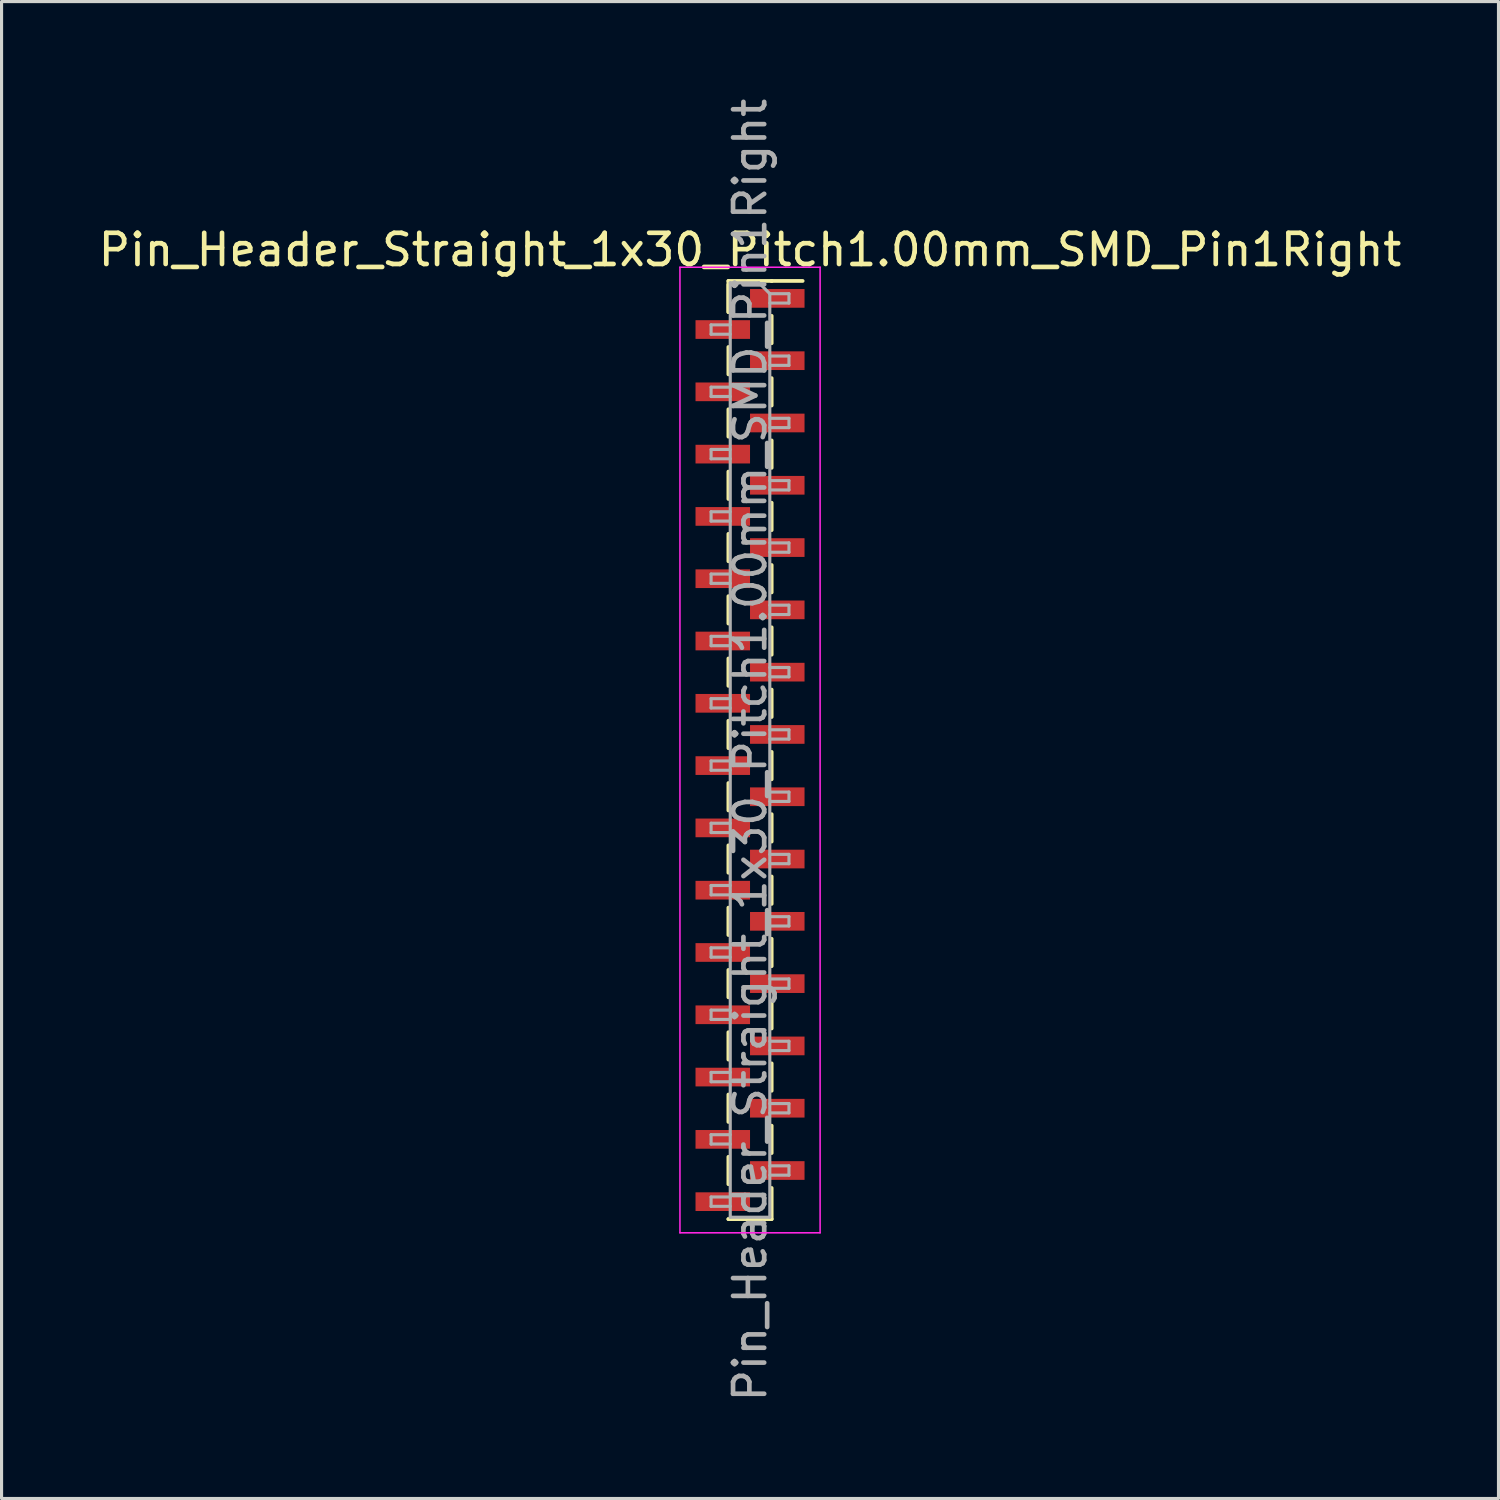
<source format=kicad_pcb>
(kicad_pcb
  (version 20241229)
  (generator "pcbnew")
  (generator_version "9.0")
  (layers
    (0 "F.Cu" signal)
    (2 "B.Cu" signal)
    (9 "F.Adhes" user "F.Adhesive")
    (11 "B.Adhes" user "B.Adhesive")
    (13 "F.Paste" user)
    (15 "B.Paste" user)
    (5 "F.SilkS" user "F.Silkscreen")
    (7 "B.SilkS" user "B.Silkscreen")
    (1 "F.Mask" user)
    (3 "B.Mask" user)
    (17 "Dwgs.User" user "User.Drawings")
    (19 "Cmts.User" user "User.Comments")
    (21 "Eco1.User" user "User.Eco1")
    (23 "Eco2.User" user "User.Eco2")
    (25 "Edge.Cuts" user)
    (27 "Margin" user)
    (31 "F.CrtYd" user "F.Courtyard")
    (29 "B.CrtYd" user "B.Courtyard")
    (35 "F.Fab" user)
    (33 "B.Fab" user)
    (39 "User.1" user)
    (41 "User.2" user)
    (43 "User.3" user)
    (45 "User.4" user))
  (footprint "Pin_Header_Straight_1x30_Pitch1.00mm_SMD_Pin1Right"
    (layer "F.Cu")
    (at 21.03 21.03)
    (property "Reference" "Pin_Header_Straight_1x30_Pitch1.00mm_SMD_Pin1Right" (at 0 -16.06 0) (layer "F.SilkS") (effects (font (size 1 1) (thickness 0.15))))
    (attr smd)
    (fp_line (start -0.695 -15.06) (end -0.695 -14.06) (stroke (width 0.12) (type solid)) (layer "F.SilkS"))
    (fp_line (start -0.695 -15.06) (end 0.695 -15.06) (stroke (width 0.12) (type solid)) (layer "F.SilkS"))
    (fp_line (start -0.695 -14.94) (end -0.695 -14.06) (stroke (width 0.12) (type solid)) (layer "F.SilkS"))
    (fp_line (start -0.695 -12.94) (end -0.695 -12.06) (stroke (width 0.12) (type solid)) (layer "F.SilkS"))
    (fp_line (start -0.695 -10.94) (end -0.695 -10.06) (stroke (width 0.12) (type solid)) (layer "F.SilkS"))
    (fp_line (start -0.695 -8.94) (end -0.695 -8.06) (stroke (width 0.12) (type solid)) (layer "F.SilkS"))
    (fp_line (start -0.695 -6.94) (end -0.695 -6.06) (stroke (width 0.12) (type solid)) (layer "F.SilkS"))
    (fp_line (start -0.695 -4.94) (end -0.695 -4.06) (stroke (width 0.12) (type solid)) (layer "F.SilkS"))
    (fp_line (start -0.695 -2.94) (end -0.695 -2.06) (stroke (width 0.12) (type solid)) (layer "F.SilkS"))
    (fp_line (start -0.695 -0.94) (end -0.695 -0.06) (stroke (width 0.12) (type solid)) (layer "F.SilkS"))
    (fp_line (start -0.695 1.06) (end -0.695 1.94) (stroke (width 0.12) (type solid)) (layer "F.SilkS"))
    (fp_line (start -0.695 3.06) (end -0.695 3.94) (stroke (width 0.12) (type solid)) (layer "F.SilkS"))
    (fp_line (start -0.695 5.06) (end -0.695 5.94) (stroke (width 0.12) (type solid)) (layer "F.SilkS"))
    (fp_line (start -0.695 7.06) (end -0.695 7.94) (stroke (width 0.12) (type solid)) (layer "F.SilkS"))
    (fp_line (start -0.695 9.06) (end -0.695 9.94) (stroke (width 0.12) (type solid)) (layer "F.SilkS"))
    (fp_line (start -0.695 11.06) (end -0.695 11.94) (stroke (width 0.12) (type solid)) (layer "F.SilkS"))
    (fp_line (start -0.695 13.06) (end -0.695 13.94) (stroke (width 0.12) (type solid)) (layer "F.SilkS"))
    (fp_line (start -0.695 15.06) (end -0.695 15.06) (stroke (width 0.12) (type solid)) (layer "F.SilkS"))
    (fp_line (start -0.695 15.06) (end 0.695 15.06) (stroke (width 0.12) (type solid)) (layer "F.SilkS"))
    (fp_line (start 0.695 -15.06) (end 0.695 -15.06) (stroke (width 0.12) (type solid)) (layer "F.SilkS"))
    (fp_line (start 0.695 -15.06) (end 1.69 -15.06) (stroke (width 0.12) (type solid)) (layer "F.SilkS"))
    (fp_line (start 0.695 -13.94) (end 0.695 -13.06) (stroke (width 0.12) (type solid)) (layer "F.SilkS"))
    (fp_line (start 0.695 -11.94) (end 0.695 -11.06) (stroke (width 0.12) (type solid)) (layer "F.SilkS"))
    (fp_line (start 0.695 -9.94) (end 0.695 -9.06) (stroke (width 0.12) (type solid)) (layer "F.SilkS"))
    (fp_line (start 0.695 -7.94) (end 0.695 -7.06) (stroke (width 0.12) (type solid)) (layer "F.SilkS"))
    (fp_line (start 0.695 -5.94) (end 0.695 -5.06) (stroke (width 0.12) (type solid)) (layer "F.SilkS"))
    (fp_line (start 0.695 -3.94) (end 0.695 -3.06) (stroke (width 0.12) (type solid)) (layer "F.SilkS"))
    (fp_line (start 0.695 -1.94) (end 0.695 -1.06) (stroke (width 0.12) (type solid)) (layer "F.SilkS"))
    (fp_line (start 0.695 0.06) (end 0.695 0.94) (stroke (width 0.12) (type solid)) (layer "F.SilkS"))
    (fp_line (start 0.695 2.06) (end 0.695 2.94) (stroke (width 0.12) (type solid)) (layer "F.SilkS"))
    (fp_line (start 0.695 4.06) (end 0.695 4.94) (stroke (width 0.12) (type solid)) (layer "F.SilkS"))
    (fp_line (start 0.695 6.06) (end 0.695 6.94) (stroke (width 0.12) (type solid)) (layer "F.SilkS"))
    (fp_line (start 0.695 8.06) (end 0.695 8.94) (stroke (width 0.12) (type solid)) (layer "F.SilkS"))
    (fp_line (start 0.695 10.06) (end 0.695 10.94) (stroke (width 0.12) (type solid)) (layer "F.SilkS"))
    (fp_line (start 0.695 12.06) (end 0.695 12.94) (stroke (width 0.12) (type solid)) (layer "F.SilkS"))
    (fp_line (start 0.695 14.06) (end 0.695 15.06) (stroke (width 0.12) (type solid)) (layer "F.SilkS"))
    (fp_line (start -2.25 -15.5) (end -2.25 15.5) (stroke (width 0.05) (type solid)) (layer "F.CrtYd"))
    (fp_line (start -2.25 15.5) (end 2.25 15.5) (stroke (width 0.05) (type solid)) (layer "F.CrtYd"))
    (fp_line (start 2.25 -15.5) (end -2.25 -15.5) (stroke (width 0.05) (type solid)) (layer "F.CrtYd"))
    (fp_line (start 2.25 15.5) (end 2.25 -15.5) (stroke (width 0.05) (type solid)) (layer "F.CrtYd"))
    (fp_line (start -1.25 -13.65) (end -1.25 -13.35) (stroke (width 0.1) (type solid)) (layer "F.Fab"))
    (fp_line (start -1.25 -13.35) (end -0.635 -13.35) (stroke (width 0.1) (type solid)) (layer "F.Fab"))
    (fp_line (start -1.25 -11.65) (end -1.25 -11.35) (stroke (width 0.1) (type solid)) (layer "F.Fab"))
    (fp_line (start -1.25 -11.35) (end -0.635 -11.35) (stroke (width 0.1) (type solid)) (layer "F.Fab"))
    (fp_line (start -1.25 -9.65) (end -1.25 -9.35) (stroke (width 0.1) (type solid)) (layer "F.Fab"))
    (fp_line (start -1.25 -9.35) (end -0.635 -9.35) (stroke (width 0.1) (type solid)) (layer "F.Fab"))
    (fp_line (start -1.25 -7.65) (end -1.25 -7.35) (stroke (width 0.1) (type solid)) (layer "F.Fab"))
    (fp_line (start -1.25 -7.35) (end -0.635 -7.35) (stroke (width 0.1) (type solid)) (layer "F.Fab"))
    (fp_line (start -1.25 -5.65) (end -1.25 -5.35) (stroke (width 0.1) (type solid)) (layer "F.Fab"))
    (fp_line (start -1.25 -5.35) (end -0.635 -5.35) (stroke (width 0.1) (type solid)) (layer "F.Fab"))
    (fp_line (start -1.25 -3.65) (end -1.25 -3.35) (stroke (width 0.1) (type solid)) (layer "F.Fab"))
    (fp_line (start -1.25 -3.35) (end -0.635 -3.35) (stroke (width 0.1) (type solid)) (layer "F.Fab"))
    (fp_line (start -1.25 -1.65) (end -1.25 -1.35) (stroke (width 0.1) (type solid)) (layer "F.Fab"))
    (fp_line (start -1.25 -1.35) (end -0.635 -1.35) (stroke (width 0.1) (type solid)) (layer "F.Fab"))
    (fp_line (start -1.25 0.35) (end -1.25 0.65) (stroke (width 0.1) (type solid)) (layer "F.Fab"))
    (fp_line (start -1.25 0.65) (end -0.635 0.65) (stroke (width 0.1) (type solid)) (layer "F.Fab"))
    (fp_line (start -1.25 2.35) (end -1.25 2.65) (stroke (width 0.1) (type solid)) (layer "F.Fab"))
    (fp_line (start -1.25 2.65) (end -0.635 2.65) (stroke (width 0.1) (type solid)) (layer "F.Fab"))
    (fp_line (start -1.25 4.35) (end -1.25 4.65) (stroke (width 0.1) (type solid)) (layer "F.Fab"))
    (fp_line (start -1.25 4.65) (end -0.635 4.65) (stroke (width 0.1) (type solid)) (layer "F.Fab"))
    (fp_line (start -1.25 6.35) (end -1.25 6.65) (stroke (width 0.1) (type solid)) (layer "F.Fab"))
    (fp_line (start -1.25 6.65) (end -0.635 6.65) (stroke (width 0.1) (type solid)) (layer "F.Fab"))
    (fp_line (start -1.25 8.35) (end -1.25 8.65) (stroke (width 0.1) (type solid)) (layer "F.Fab"))
    (fp_line (start -1.25 8.65) (end -0.635 8.65) (stroke (width 0.1) (type solid)) (layer "F.Fab"))
    (fp_line (start -1.25 10.35) (end -1.25 10.65) (stroke (width 0.1) (type solid)) (layer "F.Fab"))
    (fp_line (start -1.25 10.65) (end -0.635 10.65) (stroke (width 0.1) (type solid)) (layer "F.Fab"))
    (fp_line (start -1.25 12.35) (end -1.25 12.65) (stroke (width 0.1) (type solid)) (layer "F.Fab"))
    (fp_line (start -1.25 12.65) (end -0.635 12.65) (stroke (width 0.1) (type solid)) (layer "F.Fab"))
    (fp_line (start -1.25 14.35) (end -1.25 14.65) (stroke (width 0.1) (type solid)) (layer "F.Fab"))
    (fp_line (start -1.25 14.65) (end -0.635 14.65) (stroke (width 0.1) (type solid)) (layer "F.Fab"))
    (fp_line (start -0.635 -15) (end -0.635 15) (stroke (width 0.1) (type solid)) (layer "F.Fab"))
    (fp_line (start -0.635 -15) (end 0.285 -15) (stroke (width 0.1) (type solid)) (layer "F.Fab"))
    (fp_line (start -0.635 -13.65) (end -1.25 -13.65) (stroke (width 0.1) (type solid)) (layer "F.Fab"))
    (fp_line (start -0.635 -11.65) (end -1.25 -11.65) (stroke (width 0.1) (type solid)) (layer "F.Fab"))
    (fp_line (start -0.635 -9.65) (end -1.25 -9.65) (stroke (width 0.1) (type solid)) (layer "F.Fab"))
    (fp_line (start -0.635 -7.65) (end -1.25 -7.65) (stroke (width 0.1) (type solid)) (layer "F.Fab"))
    (fp_line (start -0.635 -5.65) (end -1.25 -5.65) (stroke (width 0.1) (type solid)) (layer "F.Fab"))
    (fp_line (start -0.635 -3.65) (end -1.25 -3.65) (stroke (width 0.1) (type solid)) (layer "F.Fab"))
    (fp_line (start -0.635 -1.65) (end -1.25 -1.65) (stroke (width 0.1) (type solid)) (layer "F.Fab"))
    (fp_line (start -0.635 0.35) (end -1.25 0.35) (stroke (width 0.1) (type solid)) (layer "F.Fab"))
    (fp_line (start -0.635 2.35) (end -1.25 2.35) (stroke (width 0.1) (type solid)) (layer "F.Fab"))
    (fp_line (start -0.635 4.35) (end -1.25 4.35) (stroke (width 0.1) (type solid)) (layer "F.Fab"))
    (fp_line (start -0.635 6.35) (end -1.25 6.35) (stroke (width 0.1) (type solid)) (layer "F.Fab"))
    (fp_line (start -0.635 8.35) (end -1.25 8.35) (stroke (width 0.1) (type solid)) (layer "F.Fab"))
    (fp_line (start -0.635 10.35) (end -1.25 10.35) (stroke (width 0.1) (type solid)) (layer "F.Fab"))
    (fp_line (start -0.635 12.35) (end -1.25 12.35) (stroke (width 0.1) (type solid)) (layer "F.Fab"))
    (fp_line (start -0.635 14.35) (end -1.25 14.35) (stroke (width 0.1) (type solid)) (layer "F.Fab"))
    (fp_line (start 0.635 -14.65) (end 0.285 -15) (stroke (width 0.1) (type solid)) (layer "F.Fab"))
    (fp_line (start 0.635 -14.65) (end 1.25 -14.65) (stroke (width 0.1) (type solid)) (layer "F.Fab"))
    (fp_line (start 0.635 -12.65) (end 1.25 -12.65) (stroke (width 0.1) (type solid)) (layer "F.Fab"))
    (fp_line (start 0.635 -10.65) (end 1.25 -10.65) (stroke (width 0.1) (type solid)) (layer "F.Fab"))
    (fp_line (start 0.635 -8.65) (end 1.25 -8.65) (stroke (width 0.1) (type solid)) (layer "F.Fab"))
    (fp_line (start 0.635 -6.65) (end 1.25 -6.65) (stroke (width 0.1) (type solid)) (layer "F.Fab"))
    (fp_line (start 0.635 -4.65) (end 1.25 -4.65) (stroke (width 0.1) (type solid)) (layer "F.Fab"))
    (fp_line (start 0.635 -2.65) (end 1.25 -2.65) (stroke (width 0.1) (type solid)) (layer "F.Fab"))
    (fp_line (start 0.635 -0.65) (end 1.25 -0.65) (stroke (width 0.1) (type solid)) (layer "F.Fab"))
    (fp_line (start 0.635 1.35) (end 1.25 1.35) (stroke (width 0.1) (type solid)) (layer "F.Fab"))
    (fp_line (start 0.635 3.35) (end 1.25 3.35) (stroke (width 0.1) (type solid)) (layer "F.Fab"))
    (fp_line (start 0.635 5.35) (end 1.25 5.35) (stroke (width 0.1) (type solid)) (layer "F.Fab"))
    (fp_line (start 0.635 7.35) (end 1.25 7.35) (stroke (width 0.1) (type solid)) (layer "F.Fab"))
    (fp_line (start 0.635 9.35) (end 1.25 9.35) (stroke (width 0.1) (type solid)) (layer "F.Fab"))
    (fp_line (start 0.635 11.35) (end 1.25 11.35) (stroke (width 0.1) (type solid)) (layer "F.Fab"))
    (fp_line (start 0.635 13.35) (end 1.25 13.35) (stroke (width 0.1) (type solid)) (layer "F.Fab"))
    (fp_line (start 0.635 15) (end -0.635 15) (stroke (width 0.1) (type solid)) (layer "F.Fab"))
    (fp_line (start 0.635 15) (end 0.635 -14.65) (stroke (width 0.1) (type solid)) (layer "F.Fab"))
    (fp_line (start 1.25 -14.65) (end 1.25 -14.35) (stroke (width 0.1) (type solid)) (layer "F.Fab"))
    (fp_line (start 1.25 -14.35) (end 0.635 -14.35) (stroke (width 0.1) (type solid)) (layer "F.Fab"))
    (fp_line (start 1.25 -12.65) (end 1.25 -12.35) (stroke (width 0.1) (type solid)) (layer "F.Fab"))
    (fp_line (start 1.25 -12.35) (end 0.635 -12.35) (stroke (width 0.1) (type solid)) (layer "F.Fab"))
    (fp_line (start 1.25 -10.65) (end 1.25 -10.35) (stroke (width 0.1) (type solid)) (layer "F.Fab"))
    (fp_line (start 1.25 -10.35) (end 0.635 -10.35) (stroke (width 0.1) (type solid)) (layer "F.Fab"))
    (fp_line (start 1.25 -8.65) (end 1.25 -8.35) (stroke (width 0.1) (type solid)) (layer "F.Fab"))
    (fp_line (start 1.25 -8.35) (end 0.635 -8.35) (stroke (width 0.1) (type solid)) (layer "F.Fab"))
    (fp_line (start 1.25 -6.65) (end 1.25 -6.35) (stroke (width 0.1) (type solid)) (layer "F.Fab"))
    (fp_line (start 1.25 -6.35) (end 0.635 -6.35) (stroke (width 0.1) (type solid)) (layer "F.Fab"))
    (fp_line (start 1.25 -4.65) (end 1.25 -4.35) (stroke (width 0.1) (type solid)) (layer "F.Fab"))
    (fp_line (start 1.25 -4.35) (end 0.635 -4.35) (stroke (width 0.1) (type solid)) (layer "F.Fab"))
    (fp_line (start 1.25 -2.65) (end 1.25 -2.35) (stroke (width 0.1) (type solid)) (layer "F.Fab"))
    (fp_line (start 1.25 -2.35) (end 0.635 -2.35) (stroke (width 0.1) (type solid)) (layer "F.Fab"))
    (fp_line (start 1.25 -0.65) (end 1.25 -0.35) (stroke (width 0.1) (type solid)) (layer "F.Fab"))
    (fp_line (start 1.25 -0.35) (end 0.635 -0.35) (stroke (width 0.1) (type solid)) (layer "F.Fab"))
    (fp_line (start 1.25 1.35) (end 1.25 1.65) (stroke (width 0.1) (type solid)) (layer "F.Fab"))
    (fp_line (start 1.25 1.65) (end 0.635 1.65) (stroke (width 0.1) (type solid)) (layer "F.Fab"))
    (fp_line (start 1.25 3.35) (end 1.25 3.65) (stroke (width 0.1) (type solid)) (layer "F.Fab"))
    (fp_line (start 1.25 3.65) (end 0.635 3.65) (stroke (width 0.1) (type solid)) (layer "F.Fab"))
    (fp_line (start 1.25 5.35) (end 1.25 5.65) (stroke (width 0.1) (type solid)) (layer "F.Fab"))
    (fp_line (start 1.25 5.65) (end 0.635 5.65) (stroke (width 0.1) (type solid)) (layer "F.Fab"))
    (fp_line (start 1.25 7.35) (end 1.25 7.65) (stroke (width 0.1) (type solid)) (layer "F.Fab"))
    (fp_line (start 1.25 7.65) (end 0.635 7.65) (stroke (width 0.1) (type solid)) (layer "F.Fab"))
    (fp_line (start 1.25 9.35) (end 1.25 9.65) (stroke (width 0.1) (type solid)) (layer "F.Fab"))
    (fp_line (start 1.25 9.65) (end 0.635 9.65) (stroke (width 0.1) (type solid)) (layer "F.Fab"))
    (fp_line (start 1.25 11.35) (end 1.25 11.65) (stroke (width 0.1) (type solid)) (layer "F.Fab"))
    (fp_line (start 1.25 11.65) (end 0.635 11.65) (stroke (width 0.1) (type solid)) (layer "F.Fab"))
    (fp_line (start 1.25 13.35) (end 1.25 13.65) (stroke (width 0.1) (type solid)) (layer "F.Fab"))
    (fp_line (start 1.25 13.65) (end 0.635 13.65) (stroke (width 0.1) (type solid)) (layer "F.Fab"))
    (fp_text user "${REFERENCE}" (at 0 0 90) (layer "F.Fab") (effects (font (size 1 1) (thickness 0.15))))
    (pad "1" smd rect (at 0.875 -14.5) (size 1.75 0.6) (layers "F.Cu" "F.Mask" "F.Paste"))
    (pad "2" smd rect (at -0.875 -13.5) (size 1.75 0.6) (layers "F.Cu" "F.Mask" "F.Paste"))
    (pad "3" smd rect (at 0.875 -12.5) (size 1.75 0.6) (layers "F.Cu" "F.Mask" "F.Paste"))
    (pad "4" smd rect (at -0.875 -11.5) (size 1.75 0.6) (layers "F.Cu" "F.Mask" "F.Paste"))
    (pad "5" smd rect (at 0.875 -10.5) (size 1.75 0.6) (layers "F.Cu" "F.Mask" "F.Paste"))
    (pad "6" smd rect (at -0.875 -9.5) (size 1.75 0.6) (layers "F.Cu" "F.Mask" "F.Paste"))
    (pad "7" smd rect (at 0.875 -8.5) (size 1.75 0.6) (layers "F.Cu" "F.Mask" "F.Paste"))
    (pad "8" smd rect (at -0.875 -7.5) (size 1.75 0.6) (layers "F.Cu" "F.Mask" "F.Paste"))
    (pad "9" smd rect (at 0.875 -6.5) (size 1.75 0.6) (layers "F.Cu" "F.Mask" "F.Paste"))
    (pad "10" smd rect (at -0.875 -5.5) (size 1.75 0.6) (layers "F.Cu" "F.Mask" "F.Paste"))
    (pad "11" smd rect (at 0.875 -4.5) (size 1.75 0.6) (layers "F.Cu" "F.Mask" "F.Paste"))
    (pad "12" smd rect (at -0.875 -3.5) (size 1.75 0.6) (layers "F.Cu" "F.Mask" "F.Paste"))
    (pad "13" smd rect (at 0.875 -2.5) (size 1.75 0.6) (layers "F.Cu" "F.Mask" "F.Paste"))
    (pad "14" smd rect (at -0.875 -1.5) (size 1.75 0.6) (layers "F.Cu" "F.Mask" "F.Paste"))
    (pad "15" smd rect (at 0.875 -0.5) (size 1.75 0.6) (layers "F.Cu" "F.Mask" "F.Paste"))
    (pad "16" smd rect (at -0.875 0.5) (size 1.75 0.6) (layers "F.Cu" "F.Mask" "F.Paste"))
    (pad "17" smd rect (at 0.875 1.5) (size 1.75 0.6) (layers "F.Cu" "F.Mask" "F.Paste"))
    (pad "18" smd rect (at -0.875 2.5) (size 1.75 0.6) (layers "F.Cu" "F.Mask" "F.Paste"))
    (pad "19" smd rect (at 0.875 3.5) (size 1.75 0.6) (layers "F.Cu" "F.Mask" "F.Paste"))
    (pad "20" smd rect (at -0.875 4.5) (size 1.75 0.6) (layers "F.Cu" "F.Mask" "F.Paste"))
    (pad "21" smd rect (at 0.875 5.5) (size 1.75 0.6) (layers "F.Cu" "F.Mask" "F.Paste"))
    (pad "22" smd rect (at -0.875 6.5) (size 1.75 0.6) (layers "F.Cu" "F.Mask" "F.Paste"))
    (pad "23" smd rect (at 0.875 7.5) (size 1.75 0.6) (layers "F.Cu" "F.Mask" "F.Paste"))
    (pad "24" smd rect (at -0.875 8.5) (size 1.75 0.6) (layers "F.Cu" "F.Mask" "F.Paste"))
    (pad "25" smd rect (at 0.875 9.5) (size 1.75 0.6) (layers "F.Cu" "F.Mask" "F.Paste"))
    (pad "26" smd rect (at -0.875 10.5) (size 1.75 0.6) (layers "F.Cu" "F.Mask" "F.Paste"))
    (pad "27" smd rect (at 0.875 11.5) (size 1.75 0.6) (layers "F.Cu" "F.Mask" "F.Paste"))
    (pad "28" smd rect (at -0.875 12.5) (size 1.75 0.6) (layers "F.Cu" "F.Mask" "F.Paste"))
    (pad "29" smd rect (at 0.875 13.5) (size 1.75 0.6) (layers "F.Cu" "F.Mask" "F.Paste"))
    (pad "30" smd rect (at -0.875 14.5) (size 1.75 0.6) (layers "F.Cu" "F.Mask" "F.Paste")))
  (gr_rect
    (start -3 -3)
    (end 45.06 45.06)
    (stroke (width 0.1) (type default))
    (fill no)
    (layer "Edge.Cuts")))
</source>
